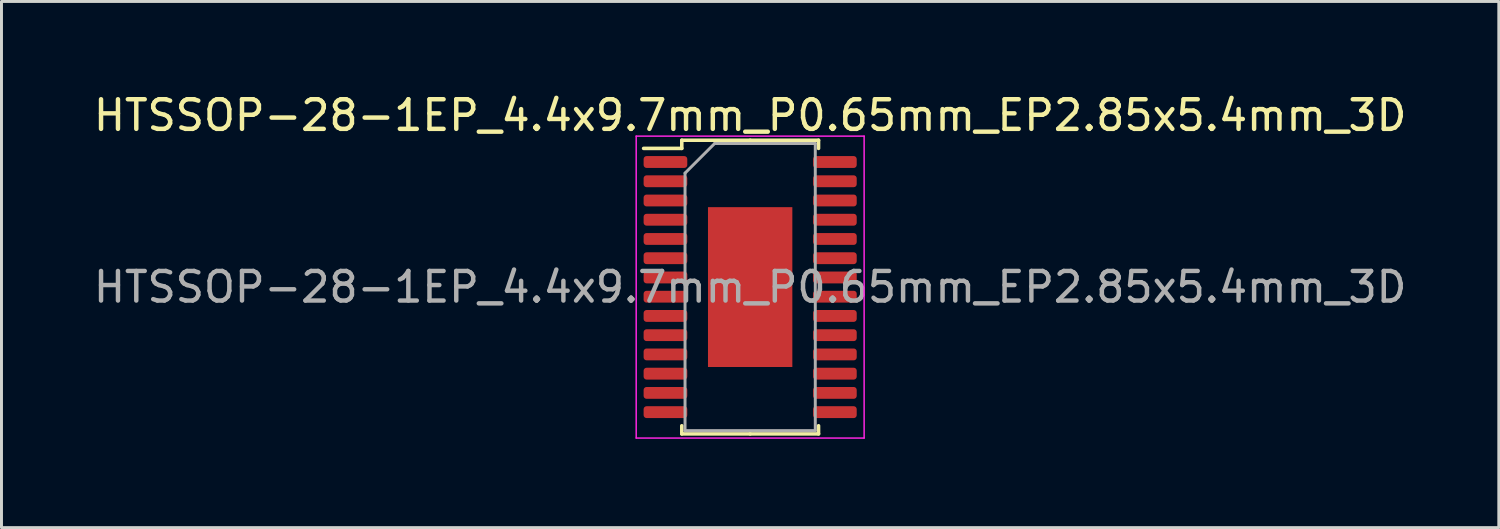
<source format=kicad_pcb>
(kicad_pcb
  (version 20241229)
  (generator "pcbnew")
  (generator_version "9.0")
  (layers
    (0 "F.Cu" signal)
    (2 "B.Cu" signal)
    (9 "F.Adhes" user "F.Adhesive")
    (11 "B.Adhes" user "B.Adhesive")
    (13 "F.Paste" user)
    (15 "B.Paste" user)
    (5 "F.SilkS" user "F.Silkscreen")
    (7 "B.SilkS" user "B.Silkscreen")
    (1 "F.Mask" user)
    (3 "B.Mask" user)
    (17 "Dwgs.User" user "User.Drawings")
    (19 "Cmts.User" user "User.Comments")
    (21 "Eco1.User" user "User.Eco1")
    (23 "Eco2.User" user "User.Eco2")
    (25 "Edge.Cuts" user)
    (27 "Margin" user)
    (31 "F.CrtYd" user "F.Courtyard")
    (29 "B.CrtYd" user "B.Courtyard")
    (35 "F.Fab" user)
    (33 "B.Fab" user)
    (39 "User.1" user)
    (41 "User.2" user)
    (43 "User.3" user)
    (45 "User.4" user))
  (footprint "HTSSOP-28-1EP_4.4x9.7mm_P0.65mm_EP2.85x5.4mm_3D"
    (layer "F.Cu")
    (at 22.292 6.648)
    (property "Reference" "HTSSOP-28-1EP_4.4x9.7mm_P0.65mm_EP2.85x5.4mm_3D" (at 0 -5.8 0) (layer "F.SilkS") (effects (font (size 1 1) (thickness 0.15))))
    (attr smd)
    (fp_line (start -2.31 -4.96) (end -2.31 -4.685) (stroke (width 0.12) (type solid)) (layer "F.SilkS"))
    (fp_line (start -2.31 -4.685) (end -3.6 -4.685) (stroke (width 0.12) (type solid)) (layer "F.SilkS"))
    (fp_line (start -2.31 4.96) (end -2.31 4.685) (stroke (width 0.12) (type solid)) (layer "F.SilkS"))
    (fp_line (start 0 -4.96) (end -2.31 -4.96) (stroke (width 0.12) (type solid)) (layer "F.SilkS"))
    (fp_line (start 0 -4.96) (end 2.31 -4.96) (stroke (width 0.12) (type solid)) (layer "F.SilkS"))
    (fp_line (start 0 4.96) (end -2.31 4.96) (stroke (width 0.12) (type solid)) (layer "F.SilkS"))
    (fp_line (start 0 4.96) (end 2.31 4.96) (stroke (width 0.12) (type solid)) (layer "F.SilkS"))
    (fp_line (start 2.31 -4.96) (end 2.31 -4.685) (stroke (width 0.12) (type solid)) (layer "F.SilkS"))
    (fp_line (start 2.31 4.96) (end 2.31 4.685) (stroke (width 0.12) (type solid)) (layer "F.SilkS"))
    (fp_line (start -3.85 -5.1) (end -3.85 5.1) (stroke (width 0.05) (type solid)) (layer "F.CrtYd"))
    (fp_line (start -3.85 5.1) (end 3.85 5.1) (stroke (width 0.05) (type solid)) (layer "F.CrtYd"))
    (fp_line (start 3.85 -5.1) (end -3.85 -5.1) (stroke (width 0.05) (type solid)) (layer "F.CrtYd"))
    (fp_line (start 3.85 5.1) (end 3.85 -5.1) (stroke (width 0.05) (type solid)) (layer "F.CrtYd"))
    (fp_line (start -2.2 -3.85) (end -1.2 -4.85) (stroke (width 0.1) (type solid)) (layer "F.Fab"))
    (fp_line (start -2.2 4.85) (end -2.2 -3.85) (stroke (width 0.1) (type solid)) (layer "F.Fab"))
    (fp_line (start -1.2 -4.85) (end 2.2 -4.85) (stroke (width 0.1) (type solid)) (layer "F.Fab"))
    (fp_line (start 2.2 -4.85) (end 2.2 4.85) (stroke (width 0.1) (type solid)) (layer "F.Fab"))
    (fp_line (start 2.2 4.85) (end -2.2 4.85) (stroke (width 0.1) (type solid)) (layer "F.Fab"))
    (fp_text user "${REFERENCE}" (at 0 0 0) (layer "F.Fab") (effects (font (size 1 1) (thickness 0.15))))
    (pad "" smd roundrect (at 0 0) (size 2.3 4.35) (layers "F.Paste") (roundrect_rratio 0.109))
    (pad "1" smd roundrect (at -2.862 -4.225) (size 1.475 0.4) (layers "F.Cu" "F.Mask" "F.Paste") (roundrect_rratio 0.25))
    (pad "2" smd roundrect (at -2.862 -3.575) (size 1.475 0.4) (layers "F.Cu" "F.Mask" "F.Paste") (roundrect_rratio 0.25))
    (pad "3" smd roundrect (at -2.862 -2.925) (size 1.475 0.4) (layers "F.Cu" "F.Mask" "F.Paste") (roundrect_rratio 0.25))
    (pad "4" smd roundrect (at -2.862 -2.275) (size 1.475 0.4) (layers "F.Cu" "F.Mask" "F.Paste") (roundrect_rratio 0.25))
    (pad "5" smd roundrect (at -2.862 -1.625) (size 1.475 0.4) (layers "F.Cu" "F.Mask" "F.Paste") (roundrect_rratio 0.25))
    (pad "6" smd roundrect (at -2.862 -0.975) (size 1.475 0.4) (layers "F.Cu" "F.Mask" "F.Paste") (roundrect_rratio 0.25))
    (pad "7" smd roundrect (at -2.862 -0.325) (size 1.475 0.4) (layers "F.Cu" "F.Mask" "F.Paste") (roundrect_rratio 0.25))
    (pad "8" smd roundrect (at -2.862 0.325) (size 1.475 0.4) (layers "F.Cu" "F.Mask" "F.Paste") (roundrect_rratio 0.25))
    (pad "9" smd roundrect (at -2.862 0.975) (size 1.475 0.4) (layers "F.Cu" "F.Mask" "F.Paste") (roundrect_rratio 0.25))
    (pad "10" smd roundrect (at -2.862 1.625) (size 1.475 0.4) (layers "F.Cu" "F.Mask" "F.Paste") (roundrect_rratio 0.25))
    (pad "11" smd roundrect (at -2.862 2.275) (size 1.475 0.4) (layers "F.Cu" "F.Mask" "F.Paste") (roundrect_rratio 0.25))
    (pad "12" smd roundrect (at -2.862 2.925) (size 1.475 0.4) (layers "F.Cu" "F.Mask" "F.Paste") (roundrect_rratio 0.25))
    (pad "13" smd roundrect (at -2.862 3.575) (size 1.475 0.4) (layers "F.Cu" "F.Mask" "F.Paste") (roundrect_rratio 0.25))
    (pad "14" smd roundrect (at -2.862 4.225) (size 1.475 0.4) (layers "F.Cu" "F.Mask" "F.Paste") (roundrect_rratio 0.25))
    (pad "15" smd roundrect (at 2.862 4.225) (size 1.475 0.4) (layers "F.Cu" "F.Mask" "F.Paste") (roundrect_rratio 0.25))
    (pad "16" smd roundrect (at 2.862 3.575) (size 1.475 0.4) (layers "F.Cu" "F.Mask" "F.Paste") (roundrect_rratio 0.25))
    (pad "17" smd roundrect (at 2.862 2.925) (size 1.475 0.4) (layers "F.Cu" "F.Mask" "F.Paste") (roundrect_rratio 0.25))
    (pad "18" smd roundrect (at 2.862 2.275) (size 1.475 0.4) (layers "F.Cu" "F.Mask" "F.Paste") (roundrect_rratio 0.25))
    (pad "19" smd roundrect (at 2.862 1.625) (size 1.475 0.4) (layers "F.Cu" "F.Mask" "F.Paste") (roundrect_rratio 0.25))
    (pad "20" smd roundrect (at 2.862 0.975) (size 1.475 0.4) (layers "F.Cu" "F.Mask" "F.Paste") (roundrect_rratio 0.25))
    (pad "21" smd roundrect (at 2.862 0.325) (size 1.475 0.4) (layers "F.Cu" "F.Mask" "F.Paste") (roundrect_rratio 0.25))
    (pad "22" smd roundrect (at 2.862 -0.325) (size 1.475 0.4) (layers "F.Cu" "F.Mask" "F.Paste") (roundrect_rratio 0.25))
    (pad "23" smd roundrect (at 2.862 -0.975) (size 1.475 0.4) (layers "F.Cu" "F.Mask" "F.Paste") (roundrect_rratio 0.25))
    (pad "24" smd roundrect (at 2.862 -1.625) (size 1.475 0.4) (layers "F.Cu" "F.Mask" "F.Paste") (roundrect_rratio 0.25))
    (pad "25" smd roundrect (at 2.862 -2.275) (size 1.475 0.4) (layers "F.Cu" "F.Mask" "F.Paste") (roundrect_rratio 0.25))
    (pad "26" smd roundrect (at 2.862 -2.925) (size 1.475 0.4) (layers "F.Cu" "F.Mask" "F.Paste") (roundrect_rratio 0.25))
    (pad "27" smd roundrect (at 2.862 -3.575) (size 1.475 0.4) (layers "F.Cu" "F.Mask" "F.Paste") (roundrect_rratio 0.25))
    (pad "28" smd roundrect (at 2.862 -4.225) (size 1.475 0.4) (layers "F.Cu" "F.Mask" "F.Paste") (roundrect_rratio 0.25))
    (pad "29" smd rect (at 0 0) (size 2.85 5.4) (layers "F.Cu" "F.Mask")))
  (gr_rect
    (start -3 -3)
    (end 47.583 14.773)
    (stroke (width 0.1) (type default))
    (fill no)
    (layer "Edge.Cuts")))
</source>
